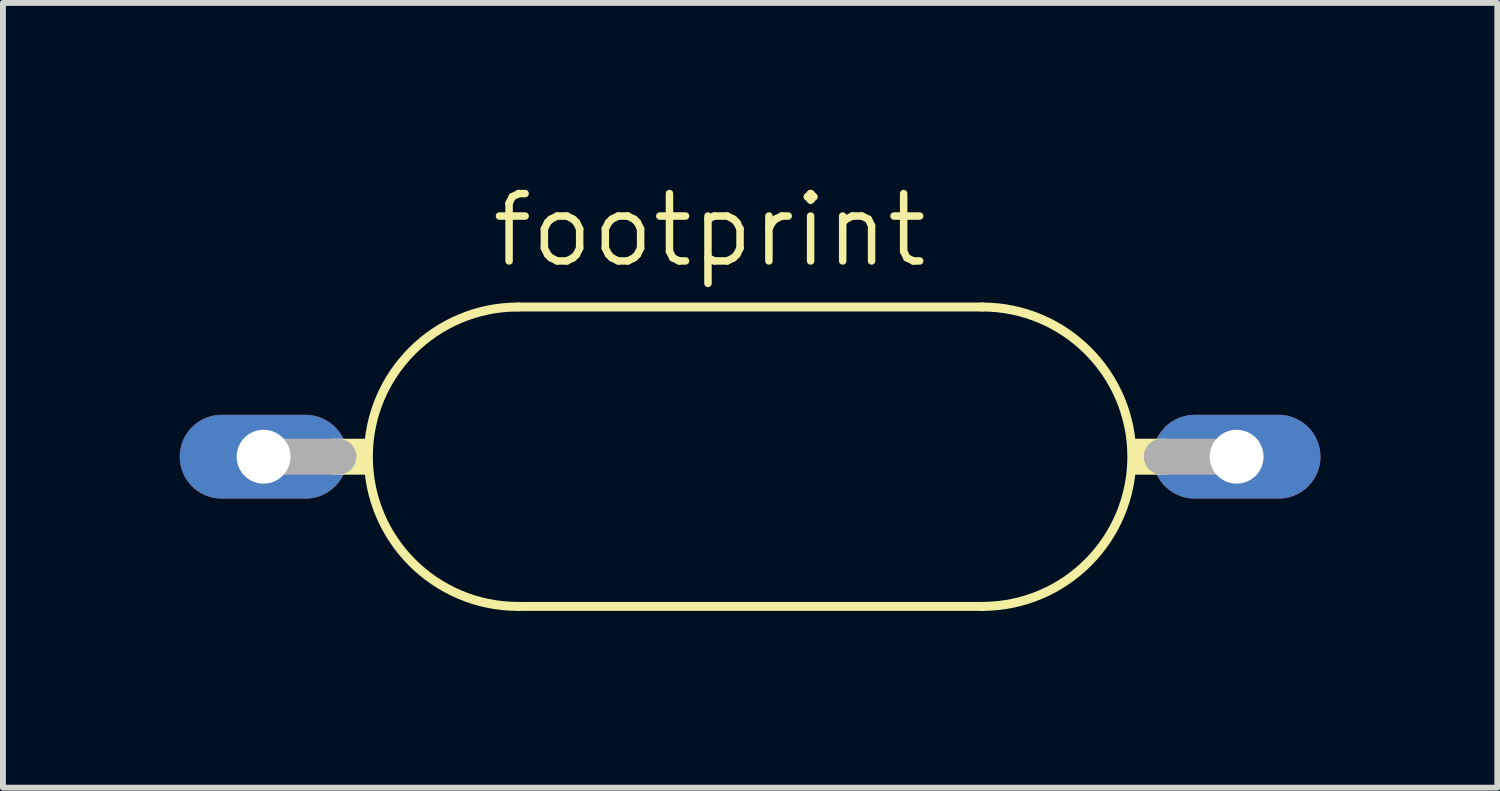
<source format=kicad_pcb>
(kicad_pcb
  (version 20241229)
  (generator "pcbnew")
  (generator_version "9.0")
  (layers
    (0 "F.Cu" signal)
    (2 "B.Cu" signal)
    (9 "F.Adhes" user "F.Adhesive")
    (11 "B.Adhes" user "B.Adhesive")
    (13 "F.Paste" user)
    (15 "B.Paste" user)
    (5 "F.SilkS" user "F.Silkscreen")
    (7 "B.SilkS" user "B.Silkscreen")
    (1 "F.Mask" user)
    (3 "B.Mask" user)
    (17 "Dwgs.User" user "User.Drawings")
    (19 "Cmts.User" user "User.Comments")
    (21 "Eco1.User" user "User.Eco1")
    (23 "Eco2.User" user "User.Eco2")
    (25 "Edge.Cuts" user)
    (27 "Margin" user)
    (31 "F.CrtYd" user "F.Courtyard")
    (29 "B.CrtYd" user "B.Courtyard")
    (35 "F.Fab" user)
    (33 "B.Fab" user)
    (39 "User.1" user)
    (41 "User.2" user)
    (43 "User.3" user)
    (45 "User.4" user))
  (footprint "footprint"
    (layer "F.Cu")
    (at 9.677 4.699)
    (property "Reference" "footprint" (at -4.445 -3.175 0) (layer "F.SilkS") (effects (font (size 1.143 1.143) (thickness 0.127)) (justify left bottom)))
    (fp_line (start -3.937 -2.54) (end 3.937 -2.54) (stroke (width 0.152) (type solid)) (layer "F.SilkS"))
    (fp_line (start 3.937 2.54) (end -3.937 2.54) (stroke (width 0.152) (type solid)) (layer "F.SilkS"))
    (fp_arc (start -3.937 2.54) (mid -6.477 0) (end -3.937 -2.54) (stroke (width 0.1524) (type solid)) (layer "F.SilkS"))
    (fp_arc (start 3.937 -2.54) (mid 6.477 0) (end 3.937 2.54) (stroke (width 0.1524) (type solid)) (layer "F.SilkS"))
    (fp_poly (pts (xy -7.087 0.305) (xy -6.452 0.305) (xy -6.452 -0.305) (xy -7.087 -0.305)) (stroke (width 0) (type solid)) (fill yes) (layer "F.SilkS"))
    (fp_poly (pts (xy 6.452 0.305) (xy 7.087 0.305) (xy 7.087 -0.305) (xy 6.452 -0.305)) (stroke (width 0) (type solid)) (fill yes) (layer "F.SilkS"))
    (fp_line (start -8.255 0) (end -6.985 0) (stroke (width 0.61) (type solid)) (layer "F.Fab"))
    (fp_line (start 8.255 0) (end 6.985 0) (stroke (width 0.61) (type solid)) (layer "F.Fab"))
    (pad "1" thru_hole oval (at -8.255 0) (size 2.845 1.422) (drill 0.914) (layers "*.Cu" "*.Mask"))
    (pad "2" thru_hole oval (at 8.255 0) (size 2.845 1.422) (drill 0.914) (layers "*.Cu" "*.Mask")))
  (gr_rect
    (start -3 -3)
    (end 22.355 10.315)
    (stroke (width 0.1) (type default))
    (fill no)
    (layer "Edge.Cuts")))
</source>
